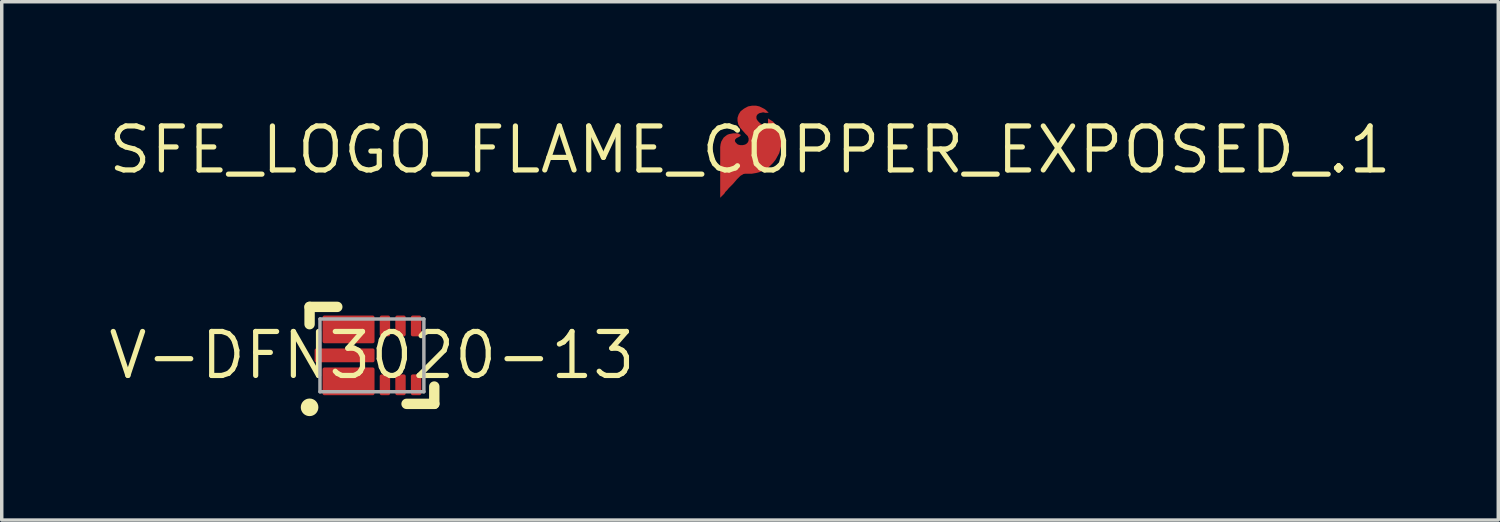
<source format=kicad_pcb>
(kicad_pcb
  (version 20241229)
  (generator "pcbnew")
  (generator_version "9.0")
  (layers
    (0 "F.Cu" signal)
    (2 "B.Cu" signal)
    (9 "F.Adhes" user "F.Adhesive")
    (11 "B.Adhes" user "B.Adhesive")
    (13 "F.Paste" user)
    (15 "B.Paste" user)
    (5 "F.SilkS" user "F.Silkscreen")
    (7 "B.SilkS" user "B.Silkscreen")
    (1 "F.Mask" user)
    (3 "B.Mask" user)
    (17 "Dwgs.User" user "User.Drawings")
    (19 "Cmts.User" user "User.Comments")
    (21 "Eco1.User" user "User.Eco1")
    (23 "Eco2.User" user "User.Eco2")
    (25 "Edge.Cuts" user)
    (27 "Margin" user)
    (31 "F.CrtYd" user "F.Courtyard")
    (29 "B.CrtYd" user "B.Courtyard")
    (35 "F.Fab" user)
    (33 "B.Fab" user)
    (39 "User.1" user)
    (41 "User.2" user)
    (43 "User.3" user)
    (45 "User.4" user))
  (footprint "V-DFN3020-13"
    (layer "F.Cu")
    (at 7.688 7.21)
    (property "Reference" "V-DFN3020-13" (at 0 0 0) (layer "F.SilkS") (effects (font (size 1.27 1.27) (thickness 0.15))))
    (fp_poly (pts (xy -1.7 0.25) (xy 0.13 0.25) (xy 0.13 -0.25) (xy -1.7 -0.25)) (stroke (width 0) (type default)) (fill yes) (layer "F.Mask"))
    (fp_poly (pts (xy -1.47 -0.3) (xy 0.12 -0.3) (xy 0.12 -1.2) (xy -1.47 -1.2)) (stroke (width 0) (type default)) (fill yes) (layer "F.Mask"))
    (fp_poly (pts (xy -1.47 1.2) (xy 0.12 1.2) (xy 0.12 0.3) (xy -1.47 0.3)) (stroke (width 0) (type default)) (fill yes) (layer "F.Mask"))
    (fp_poly (pts (xy 0.18 -0.5) (xy 0.57 -0.5) (xy 0.57 -1.2) (xy 0.18 -1.2)) (stroke (width 0) (type default)) (fill yes) (layer "F.Mask"))
    (fp_poly (pts (xy 0.18 1.2) (xy 0.57 1.2) (xy 0.57 0.5) (xy 0.18 0.5)) (stroke (width 0) (type default)) (fill yes) (layer "F.Mask"))
    (fp_poly (pts (xy 0.63 -0.5) (xy 1.02 -0.5) (xy 1.02 -1.2) (xy 0.63 -1.2)) (stroke (width 0) (type default)) (fill yes) (layer "F.Mask"))
    (fp_poly (pts (xy 0.63 1.2) (xy 1.02 1.2) (xy 1.02 0.5) (xy 0.63 0.5)) (stroke (width 0) (type default)) (fill yes) (layer "F.Mask"))
    (fp_poly (pts (xy 1.08 -0.5) (xy 1.47 -0.5) (xy 1.47 -1.2) (xy 1.08 -1.2)) (stroke (width 0) (type default)) (fill yes) (layer "F.Mask"))
    (fp_poly (pts (xy 1.08 1.2) (xy 1.47 1.2) (xy 1.47 0.5) (xy 1.08 0.5)) (stroke (width 0) (type default)) (fill yes) (layer "F.Mask"))
    (fp_line (start -1.8 -1.4) (end -1.8 -0.9) (stroke (width 0.3) (type solid)) (layer "F.SilkS"))
    (fp_line (start -1 -1.4) (end -1.8 -1.4) (stroke (width 0.3) (type solid)) (layer "F.SilkS"))
    (fp_line (start 1.8 0.9) (end 1.8 1.4) (stroke (width 0.3) (type solid)) (layer "F.SilkS"))
    (fp_line (start 1.8 1.4) (end 1 1.4) (stroke (width 0.3) (type solid)) (layer "F.SilkS"))
    (fp_circle (center -1.8 1.5) (end -1.673 1.5) (stroke (width 0.254) (type solid)) (fill yes) (layer "F.SilkS"))
    (fp_poly (pts (xy -1.48 0.15) (xy -0.18 0.15) (xy -0.18 -0.15) (xy -1.48 -0.15)) (stroke (width 0) (type default)) (fill yes) (layer "F.Paste"))
    (fp_poly (pts (xy -1.25 -0.45) (xy -0.12 -0.45) (xy -0.12 -1.05) (xy -1.25 -1.05)) (stroke (width 0) (type default)) (fill yes) (layer "F.Paste"))
    (fp_poly (pts (xy -1.24 1.05) (xy -0.11 1.05) (xy -0.11 0.45) (xy -1.24 0.45)) (stroke (width 0) (type default)) (fill yes) (layer "F.Paste"))
    (fp_poly (pts (xy 0.26 -0.63) (xy 0.49 -0.63) (xy 0.49 -1.08) (xy 0.26 -1.08)) (stroke (width 0) (type default)) (fill yes) (layer "F.Paste"))
    (fp_poly (pts (xy 0.26 1.08) (xy 0.49 1.08) (xy 0.49 0.63) (xy 0.26 0.63)) (stroke (width 0) (type default)) (fill yes) (layer "F.Paste"))
    (fp_poly (pts (xy 0.71 -0.63) (xy 0.94 -0.63) (xy 0.94 -1.08) (xy 0.71 -1.08)) (stroke (width 0) (type default)) (fill yes) (layer "F.Paste"))
    (fp_poly (pts (xy 0.71 1.08) (xy 0.94 1.08) (xy 0.94 0.63) (xy 0.71 0.63)) (stroke (width 0) (type default)) (fill yes) (layer "F.Paste"))
    (fp_poly (pts (xy 1.16 -0.63) (xy 1.39 -0.63) (xy 1.39 -1.08) (xy 1.16 -1.08)) (stroke (width 0) (type default)) (fill yes) (layer "F.Paste"))
    (fp_poly (pts (xy 1.16 1.08) (xy 1.39 1.08) (xy 1.39 0.63) (xy 1.16 0.63)) (stroke (width 0) (type default)) (fill yes) (layer "F.Paste"))
    (fp_line (start -1.5 -1.05) (end -1.5 1.05) (stroke (width 0.1) (type solid)) (layer "F.Fab"))
    (fp_line (start -1.5 1.05) (end 1.5 1.05) (stroke (width 0.1) (type solid)) (layer "F.Fab"))
    (fp_line (start 1.5 -1.05) (end -1.5 -1.05) (stroke (width 0.1) (type solid)) (layer "F.Fab"))
    (fp_line (start 1.5 1.05) (end 1.5 -1.05) (stroke (width 0.1) (type solid)) (layer "F.Fab"))
    (pad "P$1" smd roundrect (at -0.675 0.75) (size 1.5 0.8) (layers "F.Cu") (roundrect_rratio 0.064))
    (pad "P$2" smd roundrect (at 0.375 0.85) (size 0.3 0.6) (layers "F.Cu") (roundrect_rratio 0.169))
    (pad "P$3" smd roundrect (at 0.825 0.85) (size 0.3 0.6) (layers "F.Cu") (roundrect_rratio 0.169))
    (pad "P$4" smd roundrect (at 1.275 0.85) (size 0.3 0.6) (layers "F.Cu") (roundrect_rratio 0.169))
    (pad "P$5" smd roundrect (at 1.275 -0.85 180) (size 0.3 0.6) (layers "F.Cu") (roundrect_rratio 0.169))
    (pad "P$6" smd roundrect (at 0.825 -0.85 180) (size 0.3 0.6) (layers "F.Cu") (roundrect_rratio 0.169))
    (pad "P$7" smd roundrect (at 0.375 -0.85 180) (size 0.3 0.6) (layers "F.Cu") (roundrect_rratio 0.169))
    (pad "P$8" smd roundrect (at -0.675 -0.75) (size 1.5 0.8) (layers "F.Cu") (roundrect_rratio 0.064))
    (pad "P$9" smd roundrect (at -0.79 0) (size 1.73 0.4) (layers "F.Cu") (roundrect_rratio 0.127)))
  (footprint "SFE_LOGO_FLAME_COPPER_EXPOSED_.1"
    (layer "F.Cu")
    (at 18.604 1.277)
    (property "Reference" "SFE_LOGO_FLAME_COPPER_EXPOSED_.1" (at 0 0 0) (layer "F.SilkS") (effects (font (size 1.27 1.27) (thickness 0.15))))
    (fp_poly (pts (xy 0.27 -1.255) (xy 0.417 -1.182) (xy 0.462 -1.148) (xy 0.539 -1.071) (xy 0.428 -1.071) (xy 0.408 -1.081) (xy 0.362 -1.081) (xy 0.325 -1.072) (xy 0.279 -1.063) (xy 0.247 -1.046) (xy 0.215 -1.022) (xy 0.2 -1) (xy 0.192 -0.984) (xy 0.185 -0.963) (xy 0.185 -0.914) (xy 0.192 -0.885) (xy 0.227 -0.833) (xy 0.282 -0.778) (xy 0.319 -0.75) (xy 0.346 -0.732) (xy 0.38 -0.715) (xy 0.452 -0.697) (xy 0.471 -0.697) (xy 0.486 -0.702) (xy 0.506 -0.722) (xy 0.512 -0.734) (xy 0.519 -0.755) (xy 0.519 -0.908) (xy 0.662 -0.818) (xy 0.748 -0.722) (xy 0.822 -0.605) (xy 0.874 -0.449) (xy 0.905 -0.281) (xy 0.895 -0.103) (xy 0.843 0.095) (xy 0.739 0.282) (xy 0.666 0.376) (xy 0.583 0.459) (xy 0.5 0.532) (xy 0.394 0.595) (xy 0.289 0.637) (xy 0.175 0.668) (xy 0.05 0.689) (xy -0.14 0.689) (xy -0.19 0.697) (xy -0.279 0.751) (xy -0.375 0.847) (xy -0.495 0.987) (xy -0.615 1.107) (xy -0.665 1.167) (xy -0.713 1.215) (xy -0.743 1.265) (xy -0.861 1.383) (xy -0.861 -0.081) (xy -0.85 -0.167) (xy -0.828 -0.244) (xy -0.762 -0.354) (xy -0.706 -0.399) (xy -0.662 -0.433) (xy -0.604 -0.456) (xy -0.55 -0.466) (xy -0.486 -0.477) (xy -0.354 -0.477) (xy -0.259 -0.429) (xy -0.31 -0.378) (xy -0.358 -0.354) (xy -0.382 -0.346) (xy -0.43 -0.298) (xy -0.435 -0.283) (xy -0.435 -0.255) (xy -0.428 -0.236) (xy -0.413 -0.213) (xy -0.362 -0.161) (xy -0.322 -0.146) (xy -0.279 -0.137) (xy -0.208 -0.137) (xy -0.139 -0.154) (xy -0.089 -0.187) (xy -0.057 -0.227) (xy -0.041 -0.275) (xy -0.041 -0.332) (xy -0.066 -0.398) (xy -0.131 -0.463) (xy -0.212 -0.554) (xy -0.284 -0.637) (xy -0.339 -0.735) (xy -0.361 -0.835) (xy -0.361 -0.925) (xy -0.328 -1.025) (xy -0.272 -1.115) (xy -0.174 -1.191) (xy -0.056 -1.255) (xy 0.064 -1.277) (xy 0.171 -1.277)) (stroke (width 0) (type default)) (fill yes) (layer "F.Cu"))
    (fp_poly (pts (xy 0.27 -1.255) (xy 0.417 -1.182) (xy 0.462 -1.148) (xy 0.539 -1.071) (xy 0.428 -1.071) (xy 0.408 -1.081) (xy 0.362 -1.081) (xy 0.325 -1.072) (xy 0.279 -1.063) (xy 0.247 -1.046) (xy 0.215 -1.022) (xy 0.2 -1) (xy 0.192 -0.984) (xy 0.185 -0.963) (xy 0.185 -0.914) (xy 0.192 -0.885) (xy 0.227 -0.833) (xy 0.282 -0.778) (xy 0.319 -0.75) (xy 0.346 -0.732) (xy 0.38 -0.715) (xy 0.452 -0.697) (xy 0.471 -0.697) (xy 0.486 -0.702) (xy 0.506 -0.722) (xy 0.512 -0.734) (xy 0.519 -0.755) (xy 0.519 -0.908) (xy 0.662 -0.818) (xy 0.748 -0.722) (xy 0.822 -0.605) (xy 0.874 -0.449) (xy 0.905 -0.281) (xy 0.895 -0.103) (xy 0.843 0.095) (xy 0.739 0.282) (xy 0.666 0.376) (xy 0.583 0.459) (xy 0.5 0.532) (xy 0.394 0.595) (xy 0.289 0.637) (xy 0.175 0.668) (xy 0.05 0.689) (xy -0.14 0.689) (xy -0.19 0.697) (xy -0.279 0.751) (xy -0.375 0.847) (xy -0.495 0.987) (xy -0.615 1.107) (xy -0.665 1.167) (xy -0.713 1.215) (xy -0.743 1.265) (xy -0.861 1.383) (xy -0.861 -0.081) (xy -0.85 -0.167) (xy -0.828 -0.244) (xy -0.762 -0.354) (xy -0.706 -0.399) (xy -0.662 -0.433) (xy -0.604 -0.456) (xy -0.55 -0.466) (xy -0.486 -0.477) (xy -0.354 -0.477) (xy -0.259 -0.429) (xy -0.31 -0.378) (xy -0.358 -0.354) (xy -0.382 -0.346) (xy -0.43 -0.298) (xy -0.435 -0.283) (xy -0.435 -0.255) (xy -0.428 -0.236) (xy -0.413 -0.213) (xy -0.362 -0.161) (xy -0.322 -0.146) (xy -0.279 -0.137) (xy -0.208 -0.137) (xy -0.139 -0.154) (xy -0.089 -0.187) (xy -0.057 -0.227) (xy -0.041 -0.275) (xy -0.041 -0.332) (xy -0.066 -0.398) (xy -0.131 -0.463) (xy -0.212 -0.554) (xy -0.284 -0.637) (xy -0.339 -0.735) (xy -0.361 -0.835) (xy -0.361 -0.925) (xy -0.328 -1.025) (xy -0.272 -1.115) (xy -0.174 -1.191) (xy -0.056 -1.255) (xy 0.064 -1.277) (xy 0.171 -1.277)) (stroke (width 0) (type default)) (fill yes) (layer "F.Mask")))
  (gr_rect
    (start -3 -3)
    (end 40.207 11.964)
    (stroke (width 0.1) (type default))
    (fill no)
    (layer "Edge.Cuts")))
</source>
